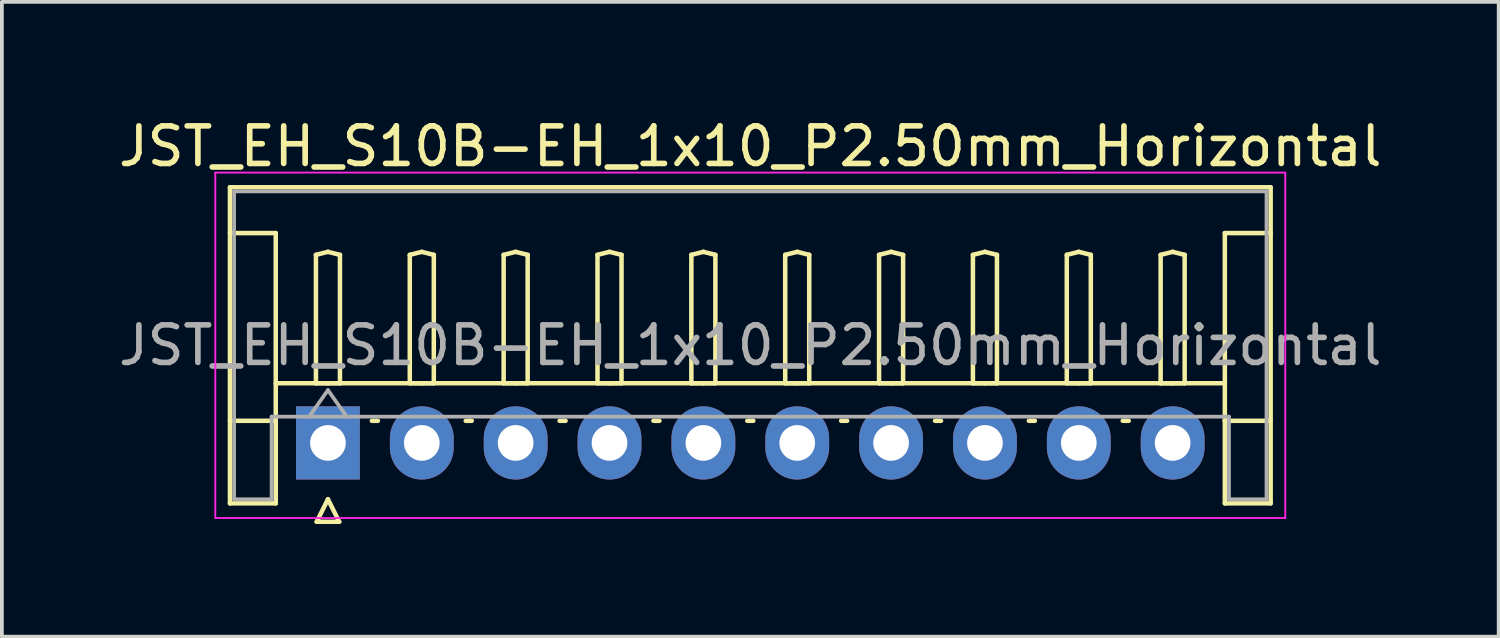
<source format=kicad_pcb>
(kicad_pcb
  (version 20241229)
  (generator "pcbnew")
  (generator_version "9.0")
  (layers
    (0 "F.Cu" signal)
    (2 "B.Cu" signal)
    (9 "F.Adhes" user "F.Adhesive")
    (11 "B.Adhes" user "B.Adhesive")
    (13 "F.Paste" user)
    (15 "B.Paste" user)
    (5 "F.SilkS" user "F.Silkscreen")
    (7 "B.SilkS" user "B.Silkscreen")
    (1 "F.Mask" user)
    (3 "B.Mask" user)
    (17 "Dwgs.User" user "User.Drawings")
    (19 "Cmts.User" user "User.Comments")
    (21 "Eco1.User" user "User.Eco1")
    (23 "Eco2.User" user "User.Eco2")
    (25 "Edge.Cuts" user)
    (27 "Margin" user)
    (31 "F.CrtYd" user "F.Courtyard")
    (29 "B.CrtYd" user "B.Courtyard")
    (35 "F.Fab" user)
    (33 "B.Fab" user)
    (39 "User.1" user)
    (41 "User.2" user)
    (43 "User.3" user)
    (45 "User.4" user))
  (footprint "JST_EH_S10B-EH_1x10_P2.50mm_Horizontal"
    (layer "F.Cu")
    (at 5.685 8.748)
    (property "Reference" "JST_EH_S10B-EH_1x10_P2.50mm_Horizontal" (at 11.25 -7.9 0) (layer "F.SilkS") (effects (font (size 1 1) (thickness 0.15))))
    (attr through_hole)
    (fp_line (start -2.61 -6.81) (end 25.11 -6.81) (stroke (width 0.12) (type solid)) (layer "F.SilkS"))
    (fp_line (start -2.61 -5.59) (end -1.39 -5.59) (stroke (width 0.12) (type solid)) (layer "F.SilkS"))
    (fp_line (start -2.61 1.61) (end -2.61 -6.81) (stroke (width 0.12) (type solid)) (layer "F.SilkS"))
    (fp_line (start -1.39 -5.59) (end -1.39 -0.59) (stroke (width 0.12) (type solid)) (layer "F.SilkS"))
    (fp_line (start -1.39 -1.59) (end 23.89 -1.59) (stroke (width 0.12) (type solid)) (layer "F.SilkS"))
    (fp_line (start -1.39 -0.59) (end -2.61 -0.59) (stroke (width 0.12) (type solid)) (layer "F.SilkS"))
    (fp_line (start -1.39 -0.59) (end -1.39 1.61) (stroke (width 0.12) (type solid)) (layer "F.SilkS"))
    (fp_line (start -1.39 1.61) (end -2.61 1.61) (stroke (width 0.12) (type solid)) (layer "F.SilkS"))
    (fp_line (start -0.32 -5.01) (end 0 -5.09) (stroke (width 0.12) (type solid)) (layer "F.SilkS"))
    (fp_line (start -0.32 -1.59) (end -0.32 -5.01) (stroke (width 0.12) (type solid)) (layer "F.SilkS"))
    (fp_line (start -0.3 2.1) (end 0.3 2.1) (stroke (width 0.12) (type solid)) (layer "F.SilkS"))
    (fp_line (start 0 -5.09) (end 0.32 -5.01) (stroke (width 0.12) (type solid)) (layer "F.SilkS"))
    (fp_line (start 0 -1.59) (end -0.32 -1.59) (stroke (width 0.12) (type solid)) (layer "F.SilkS"))
    (fp_line (start 0 1.5) (end -0.3 2.1) (stroke (width 0.12) (type solid)) (layer "F.SilkS"))
    (fp_line (start 0.3 2.1) (end 0 1.5) (stroke (width 0.12) (type solid)) (layer "F.SilkS"))
    (fp_line (start 0.32 -5.01) (end 0.32 -1.59) (stroke (width 0.12) (type solid)) (layer "F.SilkS"))
    (fp_line (start 0.32 -1.59) (end 0 -1.59) (stroke (width 0.12) (type solid)) (layer "F.SilkS"))
    (fp_line (start 1.17 -0.59) (end 1.33 -0.59) (stroke (width 0.12) (type solid)) (layer "F.SilkS"))
    (fp_line (start 2.18 -5.01) (end 2.5 -5.09) (stroke (width 0.12) (type solid)) (layer "F.SilkS"))
    (fp_line (start 2.18 -1.59) (end 2.18 -5.01) (stroke (width 0.12) (type solid)) (layer "F.SilkS"))
    (fp_line (start 2.5 -5.09) (end 2.82 -5.01) (stroke (width 0.12) (type solid)) (layer "F.SilkS"))
    (fp_line (start 2.5 -1.59) (end 2.18 -1.59) (stroke (width 0.12) (type solid)) (layer "F.SilkS"))
    (fp_line (start 2.82 -5.01) (end 2.82 -1.59) (stroke (width 0.12) (type solid)) (layer "F.SilkS"))
    (fp_line (start 2.82 -1.59) (end 2.5 -1.59) (stroke (width 0.12) (type solid)) (layer "F.SilkS"))
    (fp_line (start 3.67 -0.59) (end 3.83 -0.59) (stroke (width 0.12) (type solid)) (layer "F.SilkS"))
    (fp_line (start 4.68 -5.01) (end 5 -5.09) (stroke (width 0.12) (type solid)) (layer "F.SilkS"))
    (fp_line (start 4.68 -1.59) (end 4.68 -5.01) (stroke (width 0.12) (type solid)) (layer "F.SilkS"))
    (fp_line (start 5 -5.09) (end 5.32 -5.01) (stroke (width 0.12) (type solid)) (layer "F.SilkS"))
    (fp_line (start 5 -1.59) (end 4.68 -1.59) (stroke (width 0.12) (type solid)) (layer "F.SilkS"))
    (fp_line (start 5.32 -5.01) (end 5.32 -1.59) (stroke (width 0.12) (type solid)) (layer "F.SilkS"))
    (fp_line (start 5.32 -1.59) (end 5 -1.59) (stroke (width 0.12) (type solid)) (layer "F.SilkS"))
    (fp_line (start 6.17 -0.59) (end 6.33 -0.59) (stroke (width 0.12) (type solid)) (layer "F.SilkS"))
    (fp_line (start 7.18 -5.01) (end 7.5 -5.09) (stroke (width 0.12) (type solid)) (layer "F.SilkS"))
    (fp_line (start 7.18 -1.59) (end 7.18 -5.01) (stroke (width 0.12) (type solid)) (layer "F.SilkS"))
    (fp_line (start 7.5 -5.09) (end 7.82 -5.01) (stroke (width 0.12) (type solid)) (layer "F.SilkS"))
    (fp_line (start 7.5 -1.59) (end 7.18 -1.59) (stroke (width 0.12) (type solid)) (layer "F.SilkS"))
    (fp_line (start 7.82 -5.01) (end 7.82 -1.59) (stroke (width 0.12) (type solid)) (layer "F.SilkS"))
    (fp_line (start 7.82 -1.59) (end 7.5 -1.59) (stroke (width 0.12) (type solid)) (layer "F.SilkS"))
    (fp_line (start 8.67 -0.59) (end 8.83 -0.59) (stroke (width 0.12) (type solid)) (layer "F.SilkS"))
    (fp_line (start 9.68 -5.01) (end 10 -5.09) (stroke (width 0.12) (type solid)) (layer "F.SilkS"))
    (fp_line (start 9.68 -1.59) (end 9.68 -5.01) (stroke (width 0.12) (type solid)) (layer "F.SilkS"))
    (fp_line (start 10 -5.09) (end 10.32 -5.01) (stroke (width 0.12) (type solid)) (layer "F.SilkS"))
    (fp_line (start 10 -1.59) (end 9.68 -1.59) (stroke (width 0.12) (type solid)) (layer "F.SilkS"))
    (fp_line (start 10.32 -5.01) (end 10.32 -1.59) (stroke (width 0.12) (type solid)) (layer "F.SilkS"))
    (fp_line (start 10.32 -1.59) (end 10 -1.59) (stroke (width 0.12) (type solid)) (layer "F.SilkS"))
    (fp_line (start 11.17 -0.59) (end 11.33 -0.59) (stroke (width 0.12) (type solid)) (layer "F.SilkS"))
    (fp_line (start 12.18 -5.01) (end 12.5 -5.09) (stroke (width 0.12) (type solid)) (layer "F.SilkS"))
    (fp_line (start 12.18 -1.59) (end 12.18 -5.01) (stroke (width 0.12) (type solid)) (layer "F.SilkS"))
    (fp_line (start 12.5 -5.09) (end 12.82 -5.01) (stroke (width 0.12) (type solid)) (layer "F.SilkS"))
    (fp_line (start 12.5 -1.59) (end 12.18 -1.59) (stroke (width 0.12) (type solid)) (layer "F.SilkS"))
    (fp_line (start 12.82 -5.01) (end 12.82 -1.59) (stroke (width 0.12) (type solid)) (layer "F.SilkS"))
    (fp_line (start 12.82 -1.59) (end 12.5 -1.59) (stroke (width 0.12) (type solid)) (layer "F.SilkS"))
    (fp_line (start 13.67 -0.59) (end 13.83 -0.59) (stroke (width 0.12) (type solid)) (layer "F.SilkS"))
    (fp_line (start 14.68 -5.01) (end 15 -5.09) (stroke (width 0.12) (type solid)) (layer "F.SilkS"))
    (fp_line (start 14.68 -1.59) (end 14.68 -5.01) (stroke (width 0.12) (type solid)) (layer "F.SilkS"))
    (fp_line (start 15 -5.09) (end 15.32 -5.01) (stroke (width 0.12) (type solid)) (layer "F.SilkS"))
    (fp_line (start 15 -1.59) (end 14.68 -1.59) (stroke (width 0.12) (type solid)) (layer "F.SilkS"))
    (fp_line (start 15.32 -5.01) (end 15.32 -1.59) (stroke (width 0.12) (type solid)) (layer "F.SilkS"))
    (fp_line (start 15.32 -1.59) (end 15 -1.59) (stroke (width 0.12) (type solid)) (layer "F.SilkS"))
    (fp_line (start 16.17 -0.59) (end 16.33 -0.59) (stroke (width 0.12) (type solid)) (layer "F.SilkS"))
    (fp_line (start 17.18 -5.01) (end 17.5 -5.09) (stroke (width 0.12) (type solid)) (layer "F.SilkS"))
    (fp_line (start 17.18 -1.59) (end 17.18 -5.01) (stroke (width 0.12) (type solid)) (layer "F.SilkS"))
    (fp_line (start 17.5 -5.09) (end 17.82 -5.01) (stroke (width 0.12) (type solid)) (layer "F.SilkS"))
    (fp_line (start 17.5 -1.59) (end 17.18 -1.59) (stroke (width 0.12) (type solid)) (layer "F.SilkS"))
    (fp_line (start 17.82 -5.01) (end 17.82 -1.59) (stroke (width 0.12) (type solid)) (layer "F.SilkS"))
    (fp_line (start 17.82 -1.59) (end 17.5 -1.59) (stroke (width 0.12) (type solid)) (layer "F.SilkS"))
    (fp_line (start 18.67 -0.59) (end 18.83 -0.59) (stroke (width 0.12) (type solid)) (layer "F.SilkS"))
    (fp_line (start 19.68 -5.01) (end 20 -5.09) (stroke (width 0.12) (type solid)) (layer "F.SilkS"))
    (fp_line (start 19.68 -1.59) (end 19.68 -5.01) (stroke (width 0.12) (type solid)) (layer "F.SilkS"))
    (fp_line (start 20 -5.09) (end 20.32 -5.01) (stroke (width 0.12) (type solid)) (layer "F.SilkS"))
    (fp_line (start 20 -1.59) (end 19.68 -1.59) (stroke (width 0.12) (type solid)) (layer "F.SilkS"))
    (fp_line (start 20.32 -5.01) (end 20.32 -1.59) (stroke (width 0.12) (type solid)) (layer "F.SilkS"))
    (fp_line (start 20.32 -1.59) (end 20 -1.59) (stroke (width 0.12) (type solid)) (layer "F.SilkS"))
    (fp_line (start 21.17 -0.59) (end 21.33 -0.59) (stroke (width 0.12) (type solid)) (layer "F.SilkS"))
    (fp_line (start 22.18 -5.01) (end 22.5 -5.09) (stroke (width 0.12) (type solid)) (layer "F.SilkS"))
    (fp_line (start 22.18 -1.59) (end 22.18 -5.01) (stroke (width 0.12) (type solid)) (layer "F.SilkS"))
    (fp_line (start 22.5 -5.09) (end 22.82 -5.01) (stroke (width 0.12) (type solid)) (layer "F.SilkS"))
    (fp_line (start 22.5 -1.59) (end 22.18 -1.59) (stroke (width 0.12) (type solid)) (layer "F.SilkS"))
    (fp_line (start 22.82 -5.01) (end 22.82 -1.59) (stroke (width 0.12) (type solid)) (layer "F.SilkS"))
    (fp_line (start 22.82 -1.59) (end 22.5 -1.59) (stroke (width 0.12) (type solid)) (layer "F.SilkS"))
    (fp_line (start 23.89 -5.59) (end 23.89 -0.59) (stroke (width 0.12) (type solid)) (layer "F.SilkS"))
    (fp_line (start 23.89 -0.59) (end 25.11 -0.59) (stroke (width 0.12) (type solid)) (layer "F.SilkS"))
    (fp_line (start 23.89 1.61) (end 23.89 -0.59) (stroke (width 0.12) (type solid)) (layer "F.SilkS"))
    (fp_line (start 25.11 -6.81) (end 25.11 1.61) (stroke (width 0.12) (type solid)) (layer "F.SilkS"))
    (fp_line (start 25.11 -5.59) (end 23.89 -5.59) (stroke (width 0.12) (type solid)) (layer "F.SilkS"))
    (fp_line (start 25.11 1.61) (end 23.89 1.61) (stroke (width 0.12) (type solid)) (layer "F.SilkS"))
    (fp_line (start -3 -7.2) (end -3 2) (stroke (width 0.05) (type solid)) (layer "F.CrtYd"))
    (fp_line (start -3 2) (end 25.5 2) (stroke (width 0.05) (type solid)) (layer "F.CrtYd"))
    (fp_line (start 25.5 -7.2) (end -3 -7.2) (stroke (width 0.05) (type solid)) (layer "F.CrtYd"))
    (fp_line (start 25.5 2) (end 25.5 -7.2) (stroke (width 0.05) (type solid)) (layer "F.CrtYd"))
    (fp_line (start -2.5 -6.7) (end 25 -6.7) (stroke (width 0.1) (type solid)) (layer "F.Fab"))
    (fp_line (start -2.5 1.5) (end -2.5 -6.7) (stroke (width 0.1) (type solid)) (layer "F.Fab"))
    (fp_line (start -1.5 -0.7) (end -1.5 1.5) (stroke (width 0.1) (type solid)) (layer "F.Fab"))
    (fp_line (start -1.5 1.5) (end -2.5 1.5) (stroke (width 0.1) (type solid)) (layer "F.Fab"))
    (fp_line (start -0.5 -0.7) (end 0 -1.407) (stroke (width 0.1) (type solid)) (layer "F.Fab"))
    (fp_line (start 0 -1.407) (end 0.5 -0.7) (stroke (width 0.1) (type solid)) (layer "F.Fab"))
    (fp_line (start 24 -0.7) (end -1.5 -0.7) (stroke (width 0.1) (type solid)) (layer "F.Fab"))
    (fp_line (start 24 1.5) (end 24 -0.7) (stroke (width 0.1) (type solid)) (layer "F.Fab"))
    (fp_line (start 25 -6.7) (end 25 1.5) (stroke (width 0.1) (type solid)) (layer "F.Fab"))
    (fp_line (start 25 1.5) (end 24 1.5) (stroke (width 0.1) (type solid)) (layer "F.Fab"))
    (fp_text user "${REFERENCE}" (at 11.25 -2.6 0) (layer "F.Fab") (effects (font (size 1 1) (thickness 0.15))))
    (pad "1" thru_hole rect (at 0 0) (size 1.7 1.95) (drill 0.95) (layers "*.Cu" "*.Mask"))
    (pad "2" thru_hole oval (at 2.5 0) (size 1.7 1.95) (drill 0.95) (layers "*.Cu" "*.Mask"))
    (pad "3" thru_hole oval (at 5 0) (size 1.7 1.95) (drill 0.95) (layers "*.Cu" "*.Mask"))
    (pad "4" thru_hole oval (at 7.5 0) (size 1.7 1.95) (drill 0.95) (layers "*.Cu" "*.Mask"))
    (pad "5" thru_hole oval (at 10 0) (size 1.7 1.95) (drill 0.95) (layers "*.Cu" "*.Mask"))
    (pad "6" thru_hole oval (at 12.5 0) (size 1.7 1.95) (drill 0.95) (layers "*.Cu" "*.Mask"))
    (pad "7" thru_hole oval (at 15 0) (size 1.7 1.95) (drill 0.95) (layers "*.Cu" "*.Mask"))
    (pad "8" thru_hole oval (at 17.5 0) (size 1.7 1.95) (drill 0.95) (layers "*.Cu" "*.Mask"))
    (pad "9" thru_hole oval (at 20 0) (size 1.7 1.95) (drill 0.95) (layers "*.Cu" "*.Mask"))
    (pad "10" thru_hole oval (at 22.5 0) (size 1.7 1.95) (drill 0.95) (layers "*.Cu" "*.Mask")))
  (gr_rect
    (start -3 -3)
    (end 36.869 13.908)
    (stroke (width 0.1) (type default))
    (fill no)
    (layer "Edge.Cuts")))
</source>
